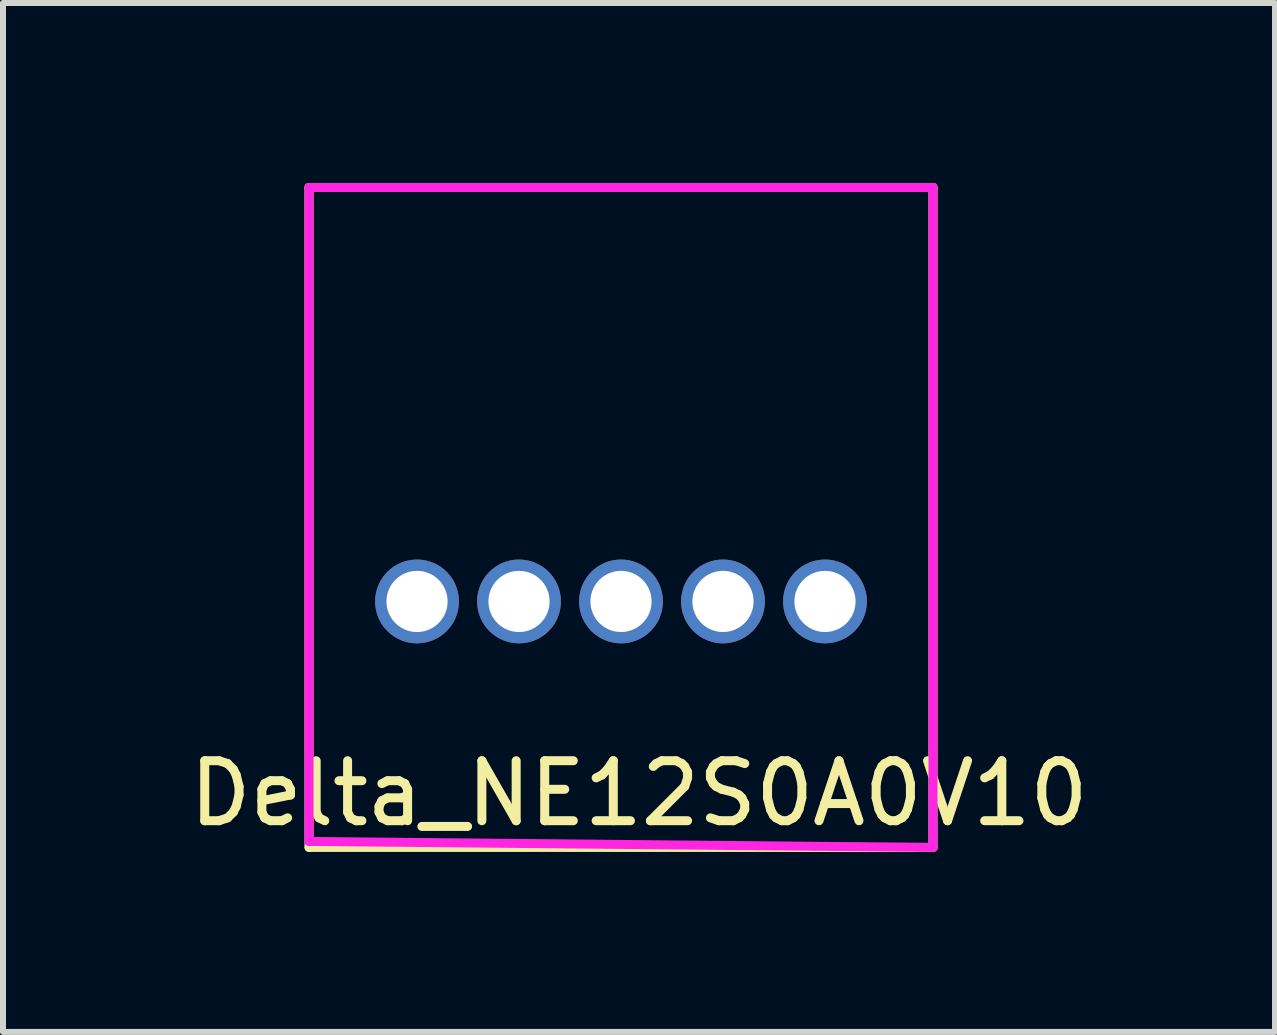
<source format=kicad_pcb>
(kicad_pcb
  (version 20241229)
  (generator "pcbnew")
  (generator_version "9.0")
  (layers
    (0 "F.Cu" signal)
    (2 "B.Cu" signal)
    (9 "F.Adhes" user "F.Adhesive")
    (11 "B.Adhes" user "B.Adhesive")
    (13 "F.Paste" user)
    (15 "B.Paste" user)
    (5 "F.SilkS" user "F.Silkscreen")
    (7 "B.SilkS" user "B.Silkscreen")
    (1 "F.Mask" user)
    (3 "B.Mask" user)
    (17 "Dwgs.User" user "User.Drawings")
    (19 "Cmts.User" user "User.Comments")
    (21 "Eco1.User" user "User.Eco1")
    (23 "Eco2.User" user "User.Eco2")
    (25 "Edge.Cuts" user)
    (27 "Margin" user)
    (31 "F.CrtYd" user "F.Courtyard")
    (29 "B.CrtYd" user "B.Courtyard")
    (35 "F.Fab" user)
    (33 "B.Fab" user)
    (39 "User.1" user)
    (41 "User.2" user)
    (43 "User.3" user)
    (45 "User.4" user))
  (footprint "Delta_NE12S0A0V10"
    (layer "F.Cu")
    (at 7.301 6.975)
    (property "Reference" "Delta_NE12S0A0V10" (at 0.3 3.2 0) (layer "F.SilkS") (effects (font (size 1 1) (thickness 0.15))))
    (attr through_hole)
    (fp_line (start -5.2 -6.9) (end 5.2 -6.9) (stroke (width 0.15) (type solid)) (layer "F.SilkS"))
    (fp_line (start -5.2 4.1) (end -5.2 -6.9) (stroke (width 0.15) (type solid)) (layer "F.SilkS"))
    (fp_line (start 5.2 -6.9) (end 5.2 4.1) (stroke (width 0.15) (type solid)) (layer "F.SilkS"))
    (fp_line (start 5.2 4.1) (end -5.2 4.1) (stroke (width 0.15) (type solid)) (layer "F.SilkS"))
    (fp_line (start -5.2 -6.9) (end 5.2 -6.9) (stroke (width 0.15) (type solid)) (layer "F.CrtYd"))
    (fp_line (start -5.2 4) (end -5.2 -6.9) (stroke (width 0.15) (type solid)) (layer "F.CrtYd"))
    (fp_line (start 5.2 -6.9) (end 5.2 4.1) (stroke (width 0.15) (type solid)) (layer "F.CrtYd"))
    (fp_line (start 5.2 4.1) (end -5.2 4) (stroke (width 0.15) (type solid)) (layer "F.CrtYd"))
    (pad "1" thru_hole circle (at -3.4 0) (size 1.397 1.397) (drill 1.02) (layers "*.Cu" "*.Mask"))
    (pad "2" thru_hole circle (at -1.7 0) (size 1.397 1.397) (drill 1.02) (layers "*.Cu" "*.Mask"))
    (pad "3" thru_hole circle (at 0 0) (size 1.397 1.397) (drill 1.02) (layers "*.Cu" "*.Mask"))
    (pad "4" thru_hole circle (at 1.7 0) (size 1.397 1.397) (drill 1.02) (layers "*.Cu" "*.Mask"))
    (pad "5" thru_hole circle (at 3.4 0) (size 1.397 1.397) (drill 1.02) (layers "*.Cu" "*.Mask")))
  (gr_rect
    (start -3 -3)
    (end 18.202 14.15)
    (stroke (width 0.1) (type default))
    (fill no)
    (layer "Edge.Cuts")))
</source>
